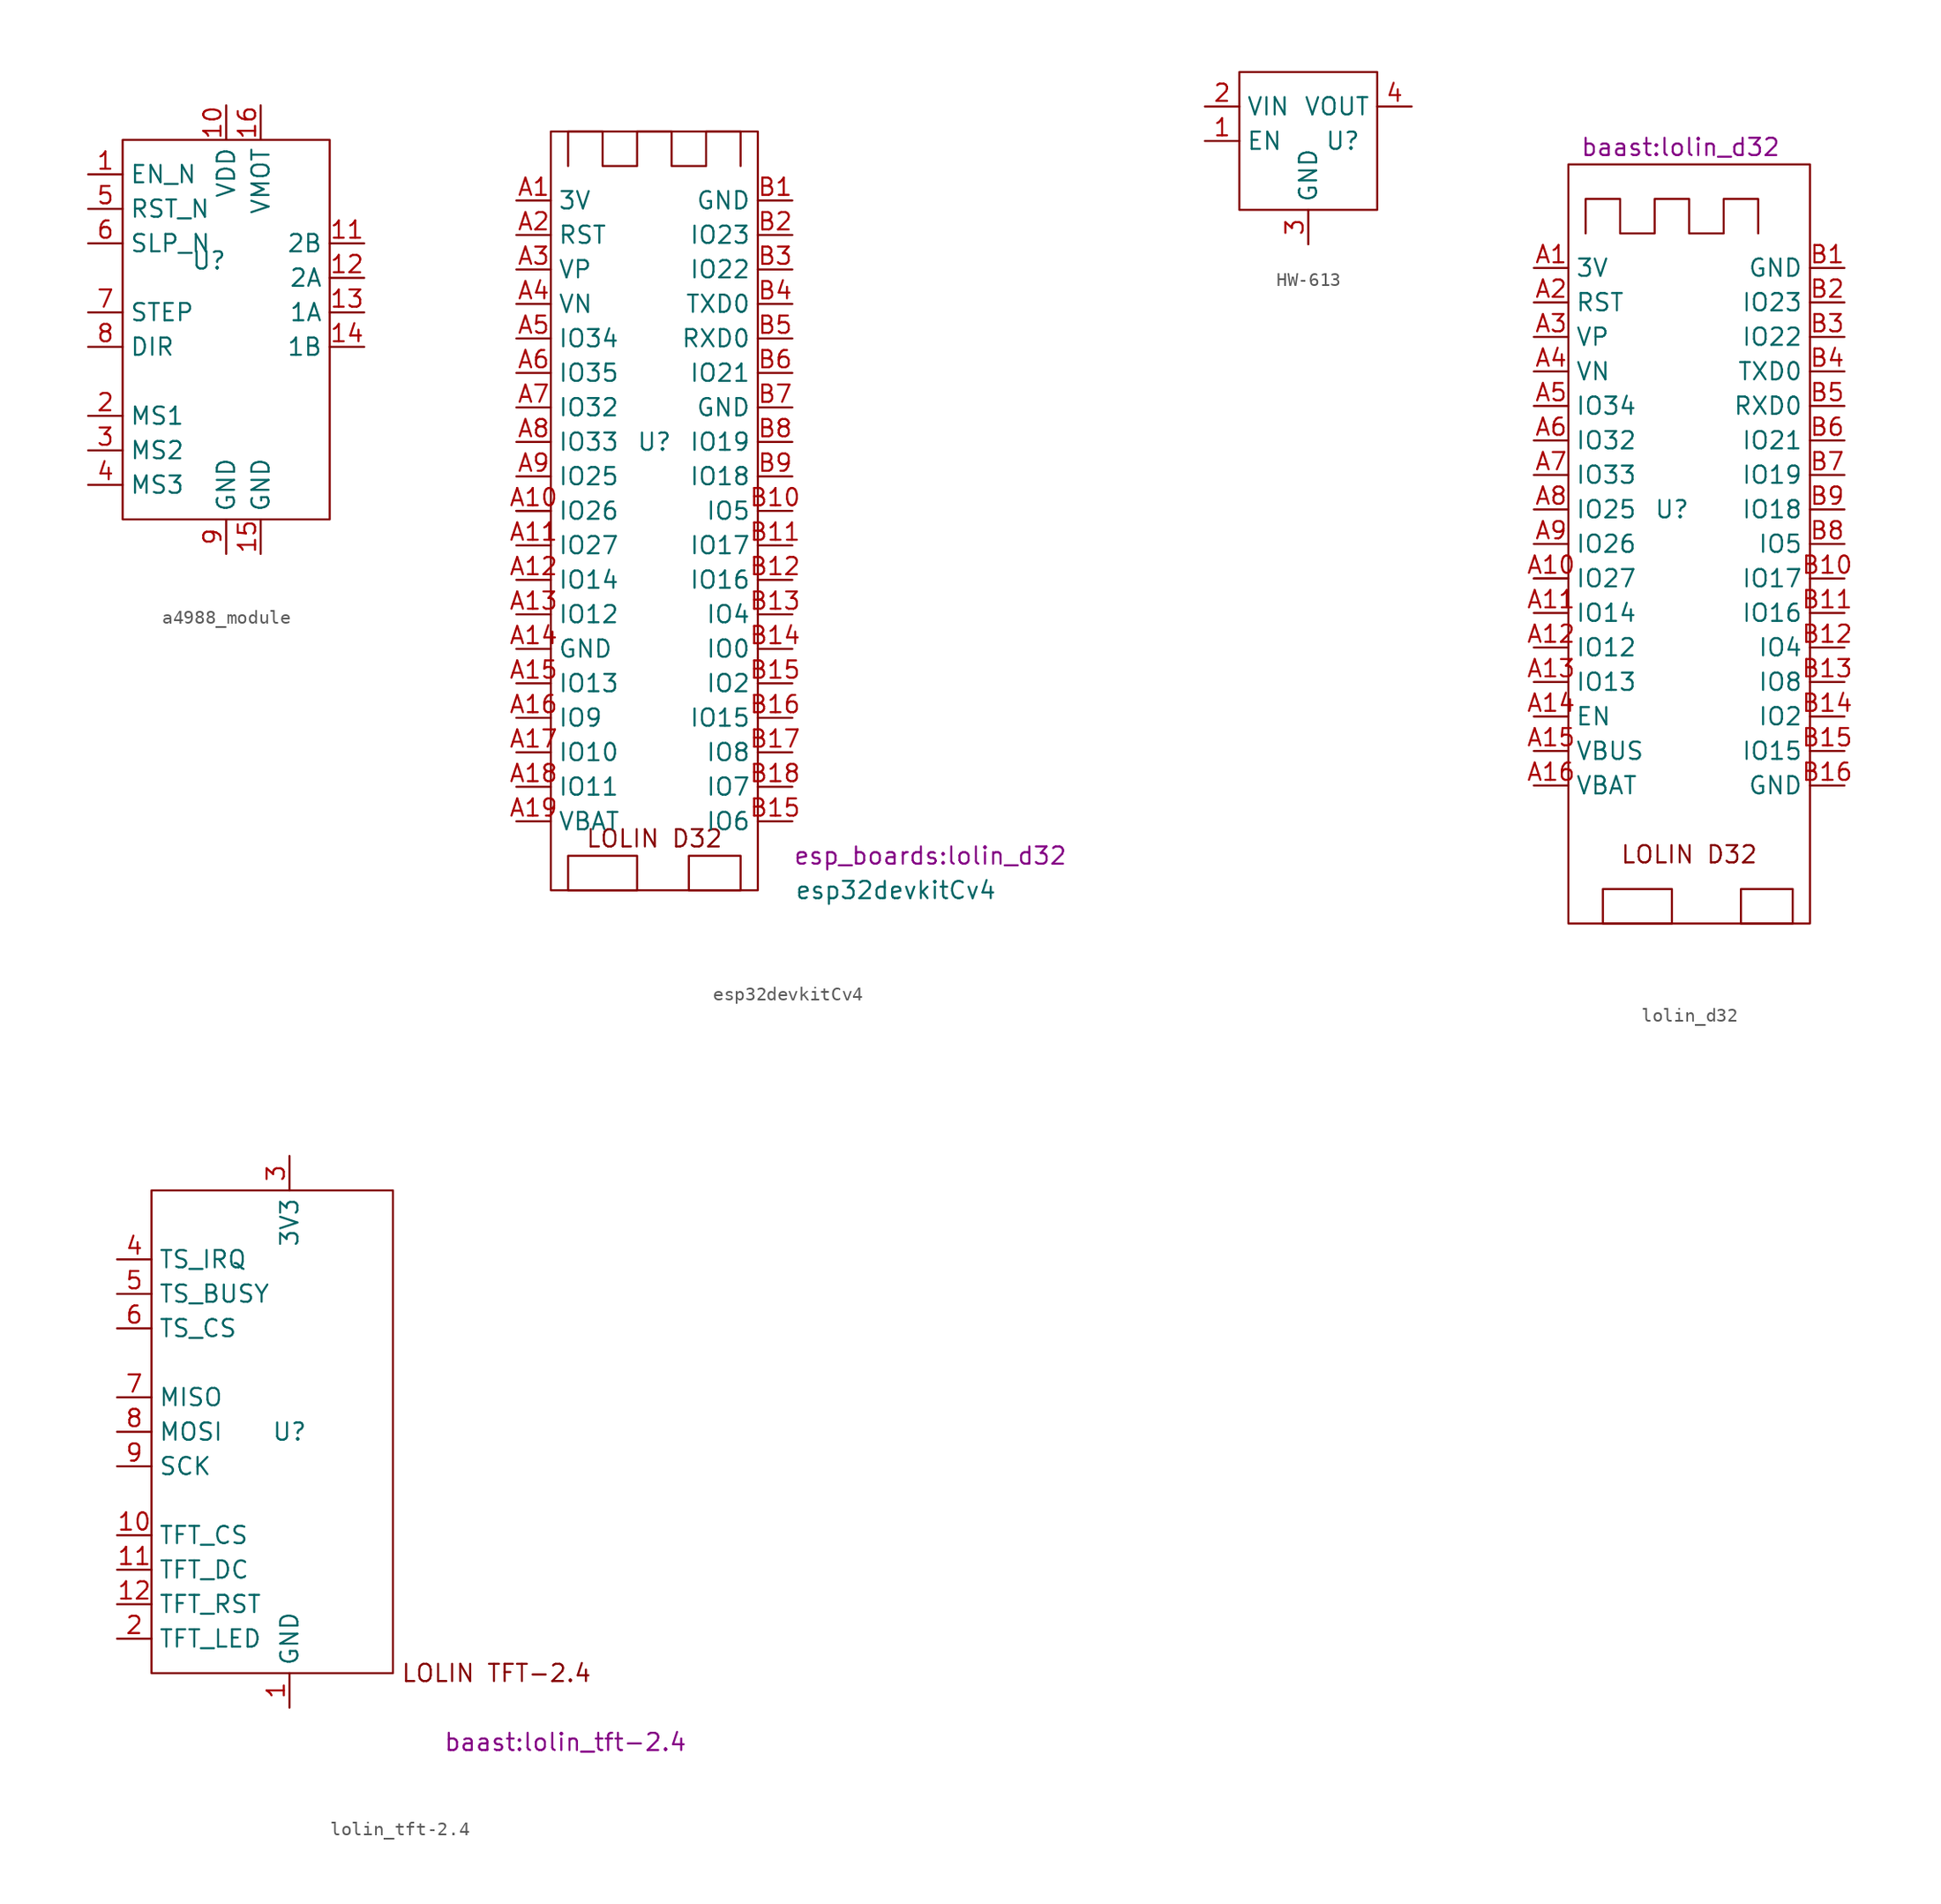
<source format=kicad_sym>
(kicad_symbol_lib
  (version 20220914)
  (generator kicad_symbol_editor)
  (symbol "a4988_module"
    (property "Reference" "U"
      (at 1.27 -1.27 0)
      (effects (font (size 1.27 1.27))))
    (property "Value" ""
      (at 1.27 -1.27 0)
      (effects (font (size 1.27 1.27))))
    (symbol "a4988_module_0_1"
      (rectangle (start -5.08 7.62) (end 10.16 -20.32) (stroke (width 0) (type default)) (fill (type none))))
    (symbol "a4988_module_1_1"
      (pin input line (at -7.62 5.08 0) (length 2.54) (name "EN_N" (effects (font (size 1.27 1.27)))) (number "1" (effects (font (size 1.27 1.27)))))
      (pin power_in line (at 2.54 10.16 270) (length 2.54) (name "VDD" (effects (font (size 1.27 1.27)))) (number "10" (effects (font (size 1.27 1.27)))))
      (pin output line (at 12.7 0 180) (length 2.54) (name "2B" (effects (font (size 1.27 1.27)))) (number "11" (effects (font (size 1.27 1.27)))))
      (pin output line (at 12.7 -2.54 180) (length 2.54) (name "2A" (effects (font (size 1.27 1.27)))) (number "12" (effects (font (size 1.27 1.27)))))
      (pin output line (at 12.7 -5.08 180) (length 2.54) (name "1A" (effects (font (size 1.27 1.27)))) (number "13" (effects (font (size 1.27 1.27)))))
      (pin output line (at 12.7 -7.62 180) (length 2.54) (name "1B" (effects (font (size 1.27 1.27)))) (number "14" (effects (font (size 1.27 1.27)))))
      (pin power_in line (at 5.08 -22.86 90) (length 2.54) (name "GND" (effects (font (size 1.27 1.27)))) (number "15" (effects (font (size 1.27 1.27)))))
      (pin power_in line (at 5.08 10.16 270) (length 2.54) (name "VMOT" (effects (font (size 1.27 1.27)))) (number "16" (effects (font (size 1.27 1.27)))))
      (pin input line (at -7.62 -12.7 0) (length 2.54) (name "MS1" (effects (font (size 1.27 1.27)))) (number "2" (effects (font (size 1.27 1.27)))))
      (pin input line (at -7.62 -15.24 0) (length 2.54) (name "MS2" (effects (font (size 1.27 1.27)))) (number "3" (effects (font (size 1.27 1.27)))))
      (pin input line (at -7.62 -17.78 0) (length 2.54) (name "MS3" (effects (font (size 1.27 1.27)))) (number "4" (effects (font (size 1.27 1.27)))))
      (pin input line (at -7.62 2.54 0) (length 2.54) (name "RST_N" (effects (font (size 1.27 1.27)))) (number "5" (effects (font (size 1.27 1.27)))))
      (pin input line (at -7.62 0 0) (length 2.54) (name "SLP_N" (effects (font (size 1.27 1.27)))) (number "6" (effects (font (size 1.27 1.27)))))
      (pin input line (at -7.62 -5.08 0) (length 2.54) (name "STEP" (effects (font (size 1.27 1.27)))) (number "7" (effects (font (size 1.27 1.27)))))
      (pin input line (at -7.62 -7.62 0) (length 2.54) (name "DIR" (effects (font (size 1.27 1.27)))) (number "8" (effects (font (size 1.27 1.27)))))
      (pin power_in line (at 2.54 -22.86 90) (length 2.54) (name "GND" (effects (font (size 1.27 1.27)))) (number "9" (effects (font (size 1.27 1.27)))))))
  (symbol "esp32devkitCv4"
    (property "Reference" "U"
      (at 0 0 0)
      (effects (font (size 1.27 1.27))))
    (property "Value" "esp32devkitCv4"
      (at 17.78 -33.02 0)
      (effects (font (size 1.27 1.27))))
    (property "Footprint" "esp_boards:lolin_d32"
      (at 20.32 -30.48 0)
      (effects (font (size 1.27 1.27))))
    (symbol "esp32devkitCv4_0_1"
      (rectangle (start -7.62 22.86) (end 7.62 -33.02) (stroke (width 0) (type default)) (fill (type none)))
      (rectangle (start -6.35 -30.48) (end -1.27 -33.02) (stroke (width 0) (type default)) (fill (type none)))
      (polyline (pts (xy -6.35 20.32) (xy -6.35 22.86) (xy -3.81 22.86) (xy -3.81 20.32) (xy -1.27 20.32) (xy -1.27 22.86) (xy 1.27 22.86) (xy 1.27 20.32) (xy 3.81 20.32) (xy 3.81 22.86) (xy 6.35 22.86) (xy 6.35 20.32)) (stroke (width 0) (type default)) (fill (type none)))
      (rectangle (start 2.54 -30.48) (end 6.35 -33.02) (stroke (width 0) (type default)) (fill (type none))))
    (symbol "esp32devkitCv4_1_0"
      (pin bidirectional line (at -10.16 -5.08 0) (length 2.54) (name "" (effects (font (size 1.27 1.27)))) (number "" (effects (font (size 1.27 1.27))))))
    (symbol "esp32devkitCv4_1_1"
      (text "LOLIN D32" (at 0 -29.21 0) (effects (font (size 1.27 1.27))))
      (pin power_in line (at -10.16 17.78 0) (length 2.54) (name "3V" (effects (font (size 1.27 1.27)))) (number "A1" (effects (font (size 1.27 1.27)))))
      (pin bidirectional line (at -10.16 -5.08 0) (length 2.54) (name "IO26" (effects (font (size 1.27 1.27)))) (number "A10" (effects (font (size 1.27 1.27)))))
      (pin bidirectional line (at -10.16 -7.62 0) (length 2.54) (name "IO27" (effects (font (size 1.27 1.27)))) (number "A11" (effects (font (size 1.27 1.27)))))
      (pin bidirectional line (at -10.16 -10.16 0) (length 2.54) (name "IO14" (effects (font (size 1.27 1.27)))) (number "A12" (effects (font (size 1.27 1.27)))))
      (pin bidirectional line (at -10.16 -12.7 0) (length 2.54) (name "IO12" (effects (font (size 1.27 1.27)))) (number "A13" (effects (font (size 1.27 1.27)))))
      (pin power_in line (at -10.16 -15.24 0) (length 2.54) (name "GND" (effects (font (size 1.27 1.27)))) (number "A14" (effects (font (size 1.27 1.27)))))
      (pin power_in line (at -10.16 -17.78 0) (length 2.54) (name "IO13" (effects (font (size 1.27 1.27)))) (number "A15" (effects (font (size 1.27 1.27)))))
      (pin bidirectional line (at -10.16 -20.32 0) (length 2.54) (name "IO9" (effects (font (size 1.27 1.27)))) (number "A16" (effects (font (size 1.27 1.27)))))
      (pin bidirectional line (at -10.16 -22.86 0) (length 2.54) (name "IO10" (effects (font (size 1.27 1.27)))) (number "A17" (effects (font (size 1.27 1.27)))))
      (pin bidirectional line (at -10.16 -25.4 0) (length 2.54) (name "IO11" (effects (font (size 1.27 1.27)))) (number "A18" (effects (font (size 1.27 1.27)))))
      (pin power_out line (at -10.16 -27.94 0) (length 2.54) (name "VBAT" (effects (font (size 1.27 1.27)))) (number "A19" (effects (font (size 1.27 1.27)))))
      (pin input line (at -10.16 15.24 0) (length 2.54) (name "RST" (effects (font (size 1.27 1.27)))) (number "A2" (effects (font (size 1.27 1.27)))))
      (pin input line (at -10.16 12.7 0) (length 2.54) (name "VP" (effects (font (size 1.27 1.27)))) (number "A3" (effects (font (size 1.27 1.27)))))
      (pin input line (at -10.16 10.16 0) (length 2.54) (name "VN" (effects (font (size 1.27 1.27)))) (number "A4" (effects (font (size 1.27 1.27)))))
      (pin bidirectional line (at -10.16 7.62 0) (length 2.54) (name "IO34" (effects (font (size 1.27 1.27)))) (number "A5" (effects (font (size 1.27 1.27)))))
      (pin bidirectional line (at -10.16 5.08 0) (length 2.54) (name "IO35" (effects (font (size 1.27 1.27)))) (number "A6" (effects (font (size 1.27 1.27)))))
      (pin bidirectional line (at -10.16 2.54 0) (length 2.54) (name "IO32" (effects (font (size 1.27 1.27)))) (number "A7" (effects (font (size 1.27 1.27)))))
      (pin bidirectional line (at -10.16 0 0) (length 2.54) (name "IO33" (effects (font (size 1.27 1.27)))) (number "A8" (effects (font (size 1.27 1.27)))))
      (pin bidirectional line (at -10.16 -2.54 0) (length 2.54) (name "IO25" (effects (font (size 1.27 1.27)))) (number "A9" (effects (font (size 1.27 1.27)))))
      (pin power_in line (at 10.16 17.78 180) (length 2.54) (name "GND" (effects (font (size 1.27 1.27)))) (number "B1" (effects (font (size 1.27 1.27)))))
      (pin bidirectional line (at 10.16 -5.08 180) (length 2.54) (name "IO5" (effects (font (size 1.27 1.27)))) (number "B10" (effects (font (size 1.27 1.27)))))
      (pin bidirectional line (at 10.16 -7.62 180) (length 2.54) (name "IO17" (effects (font (size 1.27 1.27)))) (number "B11" (effects (font (size 1.27 1.27)))))
      (pin bidirectional line (at 10.16 -10.16 180) (length 2.54) (name "IO16" (effects (font (size 1.27 1.27)))) (number "B12" (effects (font (size 1.27 1.27)))))
      (pin bidirectional line (at 10.16 -12.7 180) (length 2.54) (name "IO4" (effects (font (size 1.27 1.27)))) (number "B13" (effects (font (size 1.27 1.27)))))
      (pin bidirectional line (at 10.16 -15.24 180) (length 2.54) (name "IO0" (effects (font (size 1.27 1.27)))) (number "B14" (effects (font (size 1.27 1.27)))))
      (pin bidirectional line (at 10.16 -17.78 180) (length 2.54) (name "IO2" (effects (font (size 1.27 1.27)))) (number "B15" (effects (font (size 1.27 1.27)))))
      (pin bidirectional line (at 10.16 -27.94 180) (length 2.54) (name "IO6" (effects (font (size 1.27 1.27)))) (number "B15" (effects (font (size 1.27 1.27)))))
      (pin bidirectional line (at 10.16 -20.32 180) (length 2.54) (name "IO15" (effects (font (size 1.27 1.27)))) (number "B16" (effects (font (size 1.27 1.27)))))
      (pin bidirectional line (at 10.16 -22.86 180) (length 2.54) (name "IO8" (effects (font (size 1.27 1.27)))) (number "B17" (effects (font (size 1.27 1.27)))))
      (pin bidirectional line (at 10.16 -25.4 180) (length 2.54) (name "IO7" (effects (font (size 1.27 1.27)))) (number "B18" (effects (font (size 1.27 1.27)))))
      (pin bidirectional line (at 10.16 15.24 180) (length 2.54) (name "IO23" (effects (font (size 1.27 1.27)))) (number "B2" (effects (font (size 1.27 1.27)))))
      (pin bidirectional line (at 10.16 12.7 180) (length 2.54) (name "IO22" (effects (font (size 1.27 1.27)))) (number "B3" (effects (font (size 1.27 1.27)))))
      (pin bidirectional line (at 10.16 10.16 180) (length 2.54) (name "TXD0" (effects (font (size 1.27 1.27)))) (number "B4" (effects (font (size 1.27 1.27)))))
      (pin bidirectional line (at 10.16 7.62 180) (length 2.54) (name "RXD0" (effects (font (size 1.27 1.27)))) (number "B5" (effects (font (size 1.27 1.27)))))
      (pin bidirectional line (at 10.16 5.08 180) (length 2.54) (name "IO21" (effects (font (size 1.27 1.27)))) (number "B6" (effects (font (size 1.27 1.27)))))
      (pin power_in line (at 10.16 2.54 180) (length 2.54) (name "GND" (effects (font (size 1.27 1.27)))) (number "B7" (effects (font (size 1.27 1.27)))))
      (pin bidirectional line (at 10.16 0 180) (length 2.54) (name "IO19" (effects (font (size 1.27 1.27)))) (number "B8" (effects (font (size 1.27 1.27)))))
      (pin bidirectional line (at 10.16 -2.54 180) (length 2.54) (name "IO18" (effects (font (size 1.27 1.27)))) (number "B9" (effects (font (size 1.27 1.27)))))))
  (symbol "HW-613"
    (property "Reference" "U"
      (at 2.54 -2.54 0)
      (effects (font (size 1.27 1.27))))
    (property "Value" ""
      (at 0 0 0)
      (effects (font (size 1.27 1.27))))
    (symbol "HW-613_0_1"
      (rectangle (start -5.08 2.54) (end 5.08 -7.62) (stroke (width 0) (type default)) (fill (type none))))
    (symbol "HW-613_1_1"
      (pin input line (at -7.62 -2.54 0) (length 2.54) (name "EN" (effects (font (size 1.27 1.27)))) (number "1" (effects (font (size 1.27 1.27)))))
      (pin power_in line (at -7.62 0 0) (length 2.54) (name "VIN" (effects (font (size 1.27 1.27)))) (number "2" (effects (font (size 1.27 1.27)))))
      (pin power_in line (at 0 -10.16 90) (length 2.54) (name "GND" (effects (font (size 1.27 1.27)))) (number "3" (effects (font (size 1.27 1.27)))))
      (pin output line (at 7.62 0 180) (length 2.54) (name "VOUT" (effects (font (size 1.27 1.27)))) (number "4" (effects (font (size 1.27 1.27)))))))
  (symbol "lolin_d32"
    (property "Reference" "U"
      (at 0 0 0)
      (effects (font (size 1.27 1.27))))
    (property "Value" ""
      (at 5.08 6.35 0)
      (effects (font (size 1.27 1.27))))
    (property "Footprint" "baast:lolin_d32"
      (at 0.635 26.67 0)
      (effects (font (size 1.27 1.27))))
    (symbol "lolin_d32_0_1"
      (rectangle (start -7.62 25.4) (end 10.16 -30.48) (stroke (width 0) (type default)) (fill (type none)))
      (rectangle (start -5.08 -27.94) (end 0 -30.48) (stroke (width 0) (type default)) (fill (type none)))
      (polyline (pts (xy -6.35 20.32) (xy -6.35 22.86) (xy -3.81 22.86) (xy -3.81 20.32) (xy -1.27 20.32) (xy -1.27 22.86) (xy 1.27 22.86) (xy 1.27 20.32) (xy 3.81 20.32) (xy 3.81 22.86) (xy 6.35 22.86) (xy 6.35 20.32)) (stroke (width 0) (type default)) (fill (type none)))
      (rectangle (start 5.08 -27.94) (end 8.89 -30.48) (stroke (width 0) (type default)) (fill (type none))))
    (symbol "lolin_d32_1_0"
      (pin bidirectional line (at -10.16 -5.08 0) (length 2.54) (name "" (effects (font (size 1.27 1.27)))) (number "" (effects (font (size 1.27 1.27))))))
    (symbol "lolin_d32_1_1"
      (text "LOLIN D32" (at 1.27 -25.4 0) (effects (font (size 1.27 1.27))))
      (pin power_in line (at -10.16 17.78 0) (length 2.54) (name "3V" (effects (font (size 1.27 1.27)))) (number "A1" (effects (font (size 1.27 1.27)))))
      (pin bidirectional line (at -10.16 -5.08 0) (length 2.54) (name "IO27" (effects (font (size 1.27 1.27)))) (number "A10" (effects (font (size 1.27 1.27)))))
      (pin bidirectional line (at -10.16 -7.62 0) (length 2.54) (name "IO14" (effects (font (size 1.27 1.27)))) (number "A11" (effects (font (size 1.27 1.27)))))
      (pin bidirectional line (at -10.16 -10.16 0) (length 2.54) (name "IO12" (effects (font (size 1.27 1.27)))) (number "A12" (effects (font (size 1.27 1.27)))))
      (pin power_in line (at -10.16 -12.7 0) (length 2.54) (name "IO13" (effects (font (size 1.27 1.27)))) (number "A13" (effects (font (size 1.27 1.27)))))
      (pin bidirectional line (at -10.16 -15.24 0) (length 2.54) (name "EN" (effects (font (size 1.27 1.27)))) (number "A14" (effects (font (size 1.27 1.27)))))
      (pin power_out line (at -10.16 -17.78 0) (length 2.54) (name "VBUS" (effects (font (size 1.27 1.27)))) (number "A15" (effects (font (size 1.27 1.27)))))
      (pin power_out line (at -10.16 -20.32 0) (length 2.54) (name "VBAT" (effects (font (size 1.27 1.27)))) (number "A16" (effects (font (size 1.27 1.27)))))
      (pin input line (at -10.16 15.24 0) (length 2.54) (name "RST" (effects (font (size 1.27 1.27)))) (number "A2" (effects (font (size 1.27 1.27)))))
      (pin input line (at -10.16 12.7 0) (length 2.54) (name "VP" (effects (font (size 1.27 1.27)))) (number "A3" (effects (font (size 1.27 1.27)))))
      (pin input line (at -10.16 10.16 0) (length 2.54) (name "VN" (effects (font (size 1.27 1.27)))) (number "A4" (effects (font (size 1.27 1.27)))))
      (pin bidirectional line (at -10.16 7.62 0) (length 2.54) (name "IO34" (effects (font (size 1.27 1.27)))) (number "A5" (effects (font (size 1.27 1.27)))))
      (pin bidirectional line (at -10.16 5.08 0) (length 2.54) (name "IO32" (effects (font (size 1.27 1.27)))) (number "A6" (effects (font (size 1.27 1.27)))))
      (pin bidirectional line (at -10.16 2.54 0) (length 2.54) (name "IO33" (effects (font (size 1.27 1.27)))) (number "A7" (effects (font (size 1.27 1.27)))))
      (pin bidirectional line (at -10.16 0 0) (length 2.54) (name "IO25" (effects (font (size 1.27 1.27)))) (number "A8" (effects (font (size 1.27 1.27)))))
      (pin bidirectional line (at -10.16 -2.54 0) (length 2.54) (name "IO26" (effects (font (size 1.27 1.27)))) (number "A9" (effects (font (size 1.27 1.27)))))
      (pin power_in line (at 12.7 17.78 180) (length 2.54) (name "GND" (effects (font (size 1.27 1.27)))) (number "B1" (effects (font (size 1.27 1.27)))))
      (pin bidirectional line (at 12.7 -5.08 180) (length 2.54) (name "IO17" (effects (font (size 1.27 1.27)))) (number "B10" (effects (font (size 1.27 1.27)))))
      (pin bidirectional line (at 12.7 -7.62 180) (length 2.54) (name "IO16" (effects (font (size 1.27 1.27)))) (number "B11" (effects (font (size 1.27 1.27)))))
      (pin bidirectional line (at 12.7 -10.16 180) (length 2.54) (name "IO4" (effects (font (size 1.27 1.27)))) (number "B12" (effects (font (size 1.27 1.27)))))
      (pin bidirectional line (at 12.7 -12.7 180) (length 2.54) (name "IO8" (effects (font (size 1.27 1.27)))) (number "B13" (effects (font (size 1.27 1.27)))))
      (pin bidirectional line (at 12.7 -15.24 180) (length 2.54) (name "IO2" (effects (font (size 1.27 1.27)))) (number "B14" (effects (font (size 1.27 1.27)))))
      (pin bidirectional line (at 12.7 -17.78 180) (length 2.54) (name "IO15" (effects (font (size 1.27 1.27)))) (number "B15" (effects (font (size 1.27 1.27)))))
      (pin power_in line (at 12.7 -20.32 180) (length 2.54) (name "GND" (effects (font (size 1.27 1.27)))) (number "B16" (effects (font (size 1.27 1.27)))))
      (pin bidirectional line (at 12.7 15.24 180) (length 2.54) (name "IO23" (effects (font (size 1.27 1.27)))) (number "B2" (effects (font (size 1.27 1.27)))))
      (pin bidirectional line (at 12.7 12.7 180) (length 2.54) (name "IO22" (effects (font (size 1.27 1.27)))) (number "B3" (effects (font (size 1.27 1.27)))))
      (pin bidirectional line (at 12.7 10.16 180) (length 2.54) (name "TXD0" (effects (font (size 1.27 1.27)))) (number "B4" (effects (font (size 1.27 1.27)))))
      (pin bidirectional line (at 12.7 7.62 180) (length 2.54) (name "RXD0" (effects (font (size 1.27 1.27)))) (number "B5" (effects (font (size 1.27 1.27)))))
      (pin bidirectional line (at 12.7 5.08 180) (length 2.54) (name "IO21" (effects (font (size 1.27 1.27)))) (number "B6" (effects (font (size 1.27 1.27)))))
      (pin bidirectional line (at 12.7 2.54 180) (length 2.54) (name "IO19" (effects (font (size 1.27 1.27)))) (number "B7" (effects (font (size 1.27 1.27)))))
      (pin bidirectional line (at 12.7 -2.54 180) (length 2.54) (name "IO5" (effects (font (size 1.27 1.27)))) (number "B8" (effects (font (size 1.27 1.27)))))
      (pin bidirectional line (at 12.7 0 180) (length 2.54) (name "IO18" (effects (font (size 1.27 1.27)))) (number "B9" (effects (font (size 1.27 1.27)))))))
  (symbol "lolin_tft-2.4"
    (property "Reference" "U"
      (at 0 0 0)
      (effects (font (size 1.27 1.27))))
    (property "Value" ""
      (at 0 0 0)
      (effects (font (size 1.27 1.27))))
    (property "Footprint" "baast:lolin_tft-2.4"
      (at 20.32 -22.86 0)
      (effects (font (size 1.27 1.27))))
    (symbol "lolin_tft-2.4_0_1"
      (rectangle (start -10.16 17.78) (end 7.62 -17.78) (stroke (width 0) (type default)) (fill (type none))))
    (symbol "lolin_tft-2.4_1_1"
      (text "LOLIN TFT-2.4" (at 15.24 -17.78 0) (effects (font (size 1.27 1.27))))
      (pin power_in line (at 0 -20.32 90) (length 2.54) (name "GND" (effects (font (size 1.27 1.27)))) (number "1" (effects (font (size 1.27 1.27)))))
      (pin input line (at -12.7 -7.62 0) (length 2.54) (name "TFT_CS" (effects (font (size 1.27 1.27)))) (number "10" (effects (font (size 1.27 1.27)))))
      (pin input line (at -12.7 -10.16 0) (length 2.54) (name "TFT_DC" (effects (font (size 1.27 1.27)))) (number "11" (effects (font (size 1.27 1.27)))))
      (pin input line (at -12.7 -12.7 0) (length 2.54) (name "TFT_RST" (effects (font (size 1.27 1.27)))) (number "12" (effects (font (size 1.27 1.27)))))
      (pin input line (at -12.7 -15.24 0) (length 2.54) (name "TFT_LED" (effects (font (size 1.27 1.27)))) (number "2" (effects (font (size 1.27 1.27)))))
      (pin power_in line (at 0 20.32 270) (length 2.54) (name "3V3" (effects (font (size 1.27 1.27)))) (number "3" (effects (font (size 1.27 1.27)))))
      (pin output line (at -12.7 12.7 0) (length 2.54) (name "TS_IRQ" (effects (font (size 1.27 1.27)))) (number "4" (effects (font (size 1.27 1.27)))))
      (pin output line (at -12.7 10.16 0) (length 2.54) (name "TS_BUSY" (effects (font (size 1.27 1.27)))) (number "5" (effects (font (size 1.27 1.27)))))
      (pin input line (at -12.7 7.62 0) (length 2.54) (name "TS_CS" (effects (font (size 1.27 1.27)))) (number "6" (effects (font (size 1.27 1.27)))))
      (pin output line (at -12.7 2.54 0) (length 2.54) (name "MISO" (effects (font (size 1.27 1.27)))) (number "7" (effects (font (size 1.27 1.27)))))
      (pin input line (at -12.7 0 0) (length 2.54) (name "MOSI" (effects (font (size 1.27 1.27)))) (number "8" (effects (font (size 1.27 1.27)))))
      (pin input line (at -12.7 -2.54 0) (length 2.54) (name "SCK" (effects (font (size 1.27 1.27)))) (number "9" (effects (font (size 1.27 1.27))))))))
</source>
